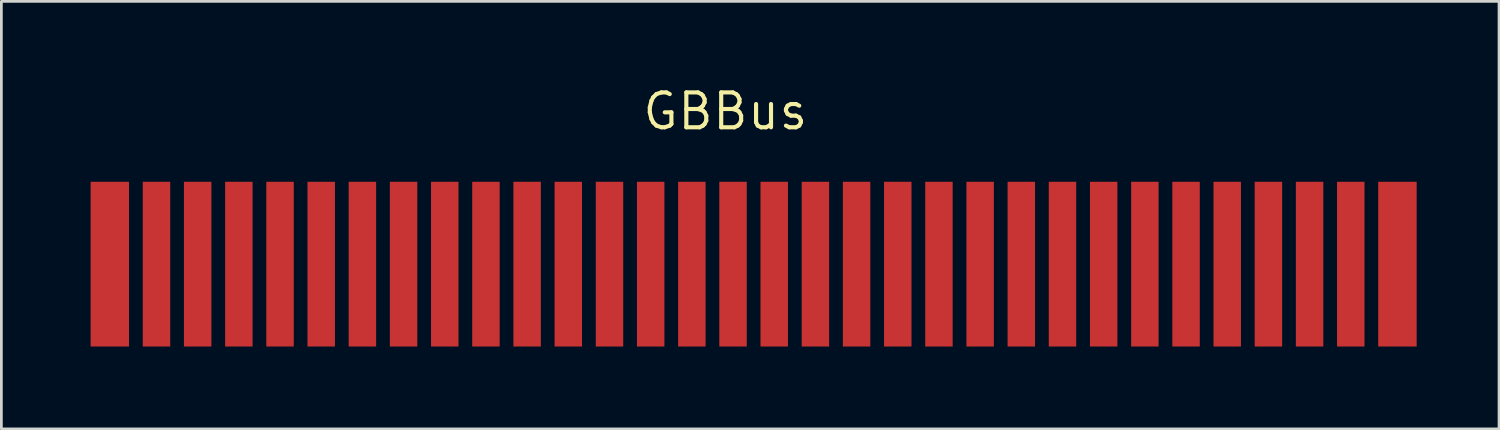
<source format=kicad_pcb>
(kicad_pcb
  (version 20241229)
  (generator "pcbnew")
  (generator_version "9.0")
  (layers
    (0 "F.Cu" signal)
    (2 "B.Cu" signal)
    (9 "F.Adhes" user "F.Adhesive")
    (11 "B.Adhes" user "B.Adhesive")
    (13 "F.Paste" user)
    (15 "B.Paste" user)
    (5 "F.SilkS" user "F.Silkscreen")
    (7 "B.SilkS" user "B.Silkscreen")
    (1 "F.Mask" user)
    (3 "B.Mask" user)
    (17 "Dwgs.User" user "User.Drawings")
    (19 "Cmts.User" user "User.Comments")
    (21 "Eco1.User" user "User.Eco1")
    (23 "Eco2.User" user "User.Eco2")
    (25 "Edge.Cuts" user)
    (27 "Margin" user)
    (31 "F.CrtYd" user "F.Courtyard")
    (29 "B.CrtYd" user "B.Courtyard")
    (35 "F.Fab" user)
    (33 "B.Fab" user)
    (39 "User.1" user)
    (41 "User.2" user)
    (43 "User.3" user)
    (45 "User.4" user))
  (footprint "GBBus"
    (layer "F.Cu")
    (at 0.25 3.571)
    (property "Reference" "GBBus" (at 23.12 -2.565 0) (layer "F.SilkS") (effects (font (size 1.27 1.27) (thickness 0.15))))
    (attr through_hole)
    (pad "1" smd rect (at 0.7 3 180) (size 1.4 6) (layers "F.Cu" "F.Mask" "F.Paste"))
    (pad "2" smd rect (at 2.4 3) (size 1 6) (layers "F.Cu" "F.Mask" "F.Paste"))
    (pad "3" smd rect (at 3.9 3 180) (size 1 6) (layers "F.Cu" "F.Mask" "F.Paste"))
    (pad "4" smd rect (at 5.4 3 180) (size 1 6) (layers "F.Cu" "F.Mask" "F.Paste"))
    (pad "5" smd rect (at 6.9 3) (size 1 6) (layers "F.Cu" "F.Mask" "F.Paste"))
    (pad "6" smd rect (at 8.4 3) (size 1 6) (layers "F.Cu" "F.Mask" "F.Paste"))
    (pad "7" smd rect (at 9.9 3) (size 1 6) (layers "F.Cu" "F.Mask" "F.Paste"))
    (pad "8" smd rect (at 11.4 3) (size 1 6) (layers "F.Cu" "F.Mask" "F.Paste"))
    (pad "9" smd rect (at 12.9 3) (size 1 6) (layers "F.Cu" "F.Mask" "F.Paste"))
    (pad "10" smd rect (at 14.4 3) (size 1 6) (layers "F.Cu" "F.Mask" "F.Paste"))
    (pad "11" smd rect (at 15.9 3) (size 1 6) (layers "F.Cu" "F.Mask" "F.Paste"))
    (pad "12" smd rect (at 17.4 3) (size 1 6) (layers "F.Cu" "F.Mask" "F.Paste"))
    (pad "13" smd rect (at 18.9 3) (size 1 6) (layers "F.Cu" "F.Mask" "F.Paste"))
    (pad "14" smd rect (at 20.4 3) (size 1 6) (layers "F.Cu" "F.Mask" "F.Paste"))
    (pad "15" smd rect (at 21.9 3) (size 1 6) (layers "F.Cu" "F.Mask" "F.Paste"))
    (pad "16" smd rect (at 23.4 3) (size 1 6) (layers "F.Cu" "F.Mask" "F.Paste"))
    (pad "17" smd rect (at 24.9 3) (size 1 6) (layers "F.Cu" "F.Mask" "F.Paste"))
    (pad "18" smd rect (at 26.4 3) (size 1 6) (layers "F.Cu" "F.Mask" "F.Paste"))
    (pad "19" smd rect (at 27.9 3) (size 1 6) (layers "F.Cu" "F.Mask" "F.Paste"))
    (pad "20" smd rect (at 29.4 3) (size 1 6) (layers "F.Cu" "F.Mask" "F.Paste"))
    (pad "21" smd rect (at 30.9 3) (size 1 6) (layers "F.Cu" "F.Mask" "F.Paste"))
    (pad "22" smd rect (at 32.4 3) (size 1 6) (layers "F.Cu" "F.Mask" "F.Paste"))
    (pad "23" smd rect (at 33.9 3) (size 1 6) (layers "F.Cu" "F.Mask" "F.Paste"))
    (pad "24" smd rect (at 35.4 3) (size 1 6) (layers "F.Cu" "F.Mask" "F.Paste"))
    (pad "25" smd rect (at 36.9 3) (size 1 6) (layers "F.Cu" "F.Mask" "F.Paste"))
    (pad "26" smd rect (at 38.4 3) (size 1 6) (layers "F.Cu" "F.Mask" "F.Paste"))
    (pad "27" smd rect (at 39.9 3) (size 1 6) (layers "F.Cu" "F.Mask" "F.Paste"))
    (pad "28" smd rect (at 41.4 3) (size 1 6) (layers "F.Cu" "F.Mask" "F.Paste"))
    (pad "29" smd rect (at 42.9 3) (size 1 6) (layers "F.Cu" "F.Mask" "F.Paste"))
    (pad "30" smd rect (at 44.4 3) (size 1 6) (layers "F.Cu" "F.Mask" "F.Paste"))
    (pad "31" smd rect (at 45.9 3) (size 1 6) (layers "F.Cu" "F.Mask" "F.Paste"))
    (pad "32" smd rect (at 47.6 3 180) (size 1.4 6) (layers "F.Cu" "F.Mask" "F.Paste")))
  (gr_rect
    (start -3 -3)
    (end 51.55 12.571)
    (stroke (width 0.1) (type default))
    (fill no)
    (layer "Edge.Cuts")))
</source>
